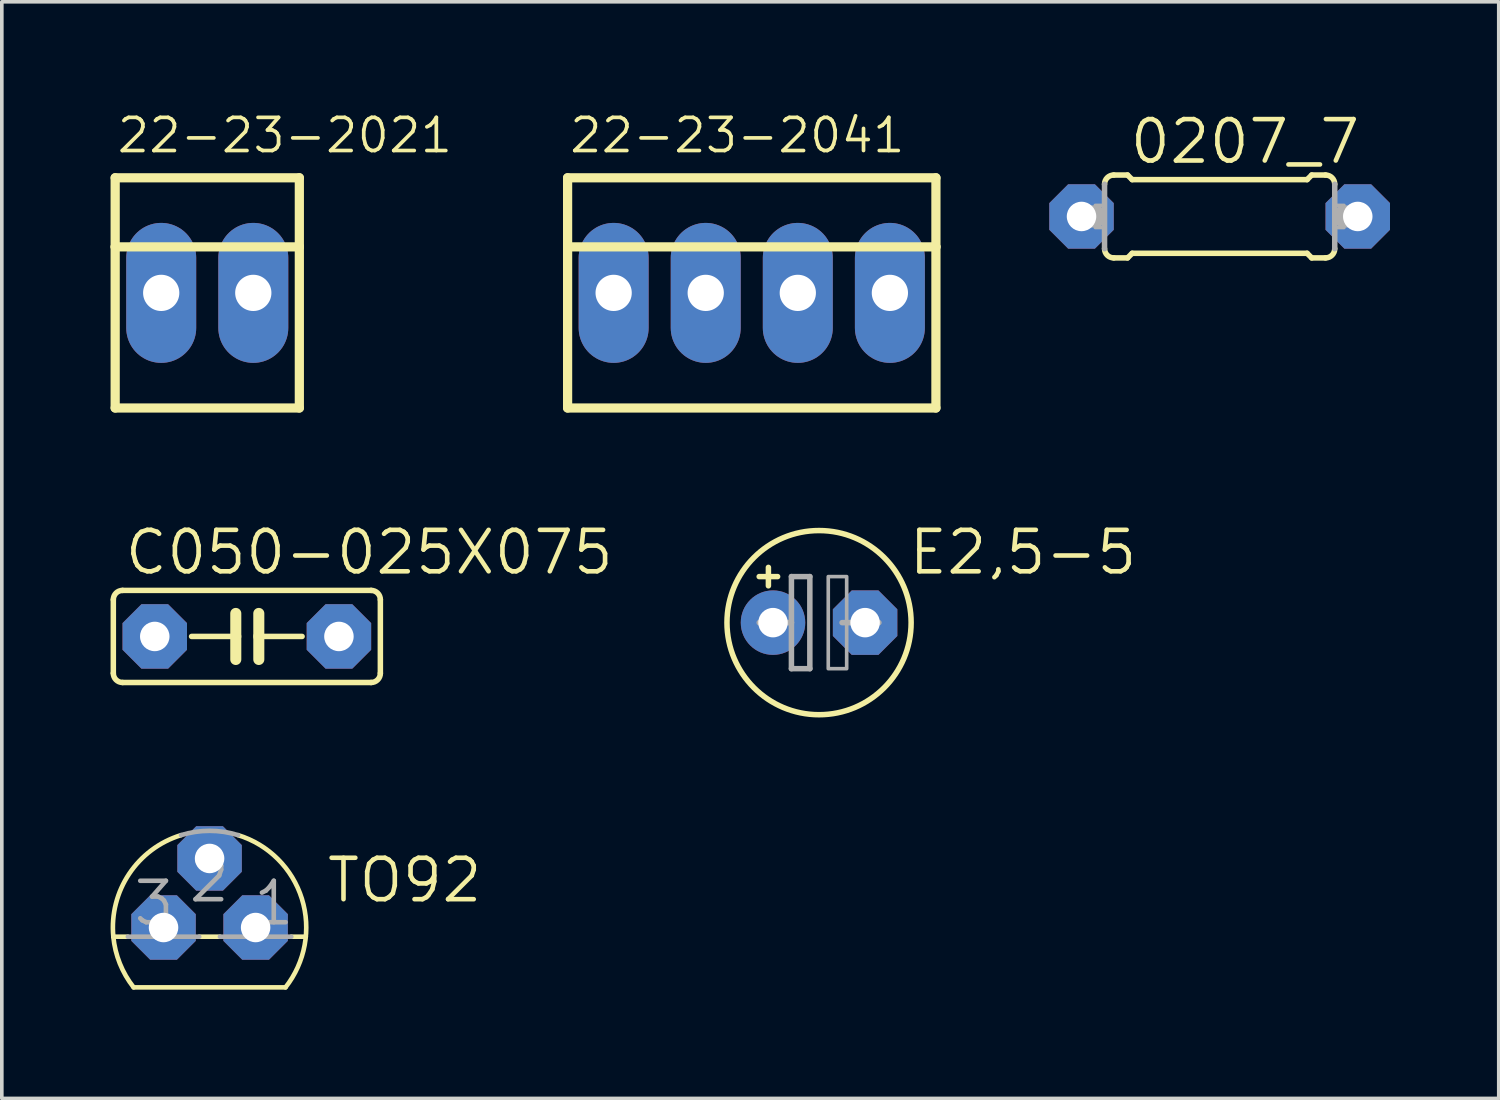
<source format=kicad_pcb>
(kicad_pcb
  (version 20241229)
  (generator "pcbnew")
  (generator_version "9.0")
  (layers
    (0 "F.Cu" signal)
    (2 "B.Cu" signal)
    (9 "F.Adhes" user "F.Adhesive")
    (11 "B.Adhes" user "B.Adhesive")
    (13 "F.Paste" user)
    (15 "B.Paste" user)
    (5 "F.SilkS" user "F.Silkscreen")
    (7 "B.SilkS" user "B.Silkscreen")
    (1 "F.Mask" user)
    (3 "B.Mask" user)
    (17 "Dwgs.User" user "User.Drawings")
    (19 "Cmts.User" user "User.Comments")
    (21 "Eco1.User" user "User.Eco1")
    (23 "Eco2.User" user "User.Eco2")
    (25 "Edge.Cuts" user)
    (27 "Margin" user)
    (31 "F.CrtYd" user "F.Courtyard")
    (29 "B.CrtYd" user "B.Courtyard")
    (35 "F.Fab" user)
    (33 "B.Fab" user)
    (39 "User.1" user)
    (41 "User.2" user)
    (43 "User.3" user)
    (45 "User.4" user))
  (footprint "22-23-2041"
    (layer "F.Cu")
    (at 17.687 5.029)
    (property "Reference" "22-23-2041" (at -5.08 -3.81 0) (layer "F.SilkS") (effects (font (size 0.914 0.914) (thickness 0.102)) (justify left bottom)))
    (fp_line (start -5.08 -3.175) (end 5.08 -3.175) (stroke (width 0.254) (type solid)) (layer "F.SilkS"))
    (fp_line (start -5.08 -1.27) (end -5.08 -3.175) (stroke (width 0.254) (type solid)) (layer "F.SilkS"))
    (fp_line (start -5.08 -1.27) (end 5.08 -1.27) (stroke (width 0.254) (type solid)) (layer "F.SilkS"))
    (fp_line (start -5.08 3.175) (end -5.08 -1.27) (stroke (width 0.254) (type solid)) (layer "F.SilkS"))
    (fp_line (start 5.08 -3.175) (end 5.08 -1.27) (stroke (width 0.254) (type solid)) (layer "F.SilkS"))
    (fp_line (start 5.08 -1.27) (end 5.08 3.175) (stroke (width 0.254) (type solid)) (layer "F.SilkS"))
    (fp_line (start 5.08 3.175) (end -5.08 3.175) (stroke (width 0.254) (type solid)) (layer "F.SilkS"))
    (pad "1" thru_hole oval (at -3.81 0 90) (size 3.861 1.93) (drill 1) (layers "*.Cu" "*.Mask"))
    (pad "2" thru_hole oval (at -1.27 0 90) (size 3.861 1.93) (drill 1) (layers "*.Cu" "*.Mask"))
    (pad "3" thru_hole oval (at 1.27 0 90) (size 3.861 1.93) (drill 1) (layers "*.Cu" "*.Mask"))
    (pad "4" thru_hole oval (at 3.81 0 90) (size 3.861 1.93) (drill 1) (layers "*.Cu" "*.Mask")))
  (footprint "0207_7"
    (layer "F.Cu")
    (at 30.593 2.921)
    (property "Reference" "0207_7" (at -2.54 -1.397 0) (layer "F.SilkS") (effects (font (size 1.143 1.143) (thickness 0.127)) (justify left bottom)))
    (fp_line (start -2.921 -1.143) (end -2.54 -1.143) (stroke (width 0.152) (type solid)) (layer "F.SilkS"))
    (fp_line (start -2.921 1.143) (end -2.54 1.143) (stroke (width 0.152) (type solid)) (layer "F.SilkS"))
    (fp_line (start -2.413 -1.016) (end -2.54 -1.143) (stroke (width 0.152) (type solid)) (layer "F.SilkS"))
    (fp_line (start -2.413 1.016) (end -2.54 1.143) (stroke (width 0.152) (type solid)) (layer "F.SilkS"))
    (fp_line (start 2.413 -1.016) (end -2.413 -1.016) (stroke (width 0.152) (type solid)) (layer "F.SilkS"))
    (fp_line (start 2.413 -1.016) (end 2.54 -1.143) (stroke (width 0.152) (type solid)) (layer "F.SilkS"))
    (fp_line (start 2.413 1.016) (end -2.413 1.016) (stroke (width 0.152) (type solid)) (layer "F.SilkS"))
    (fp_line (start 2.413 1.016) (end 2.54 1.143) (stroke (width 0.152) (type solid)) (layer "F.SilkS"))
    (fp_line (start 2.921 -1.143) (end 2.54 -1.143) (stroke (width 0.152) (type solid)) (layer "F.SilkS"))
    (fp_line (start 2.921 1.143) (end 2.54 1.143) (stroke (width 0.152) (type solid)) (layer "F.SilkS"))
    (fp_arc (start -3.175 -0.889) (mid -3.100605 -1.068605) (end -2.921 -1.143) (stroke (width 0.1524) (type solid)) (layer "F.SilkS"))
    (fp_arc (start -2.921 1.143) (mid -3.100605 1.068605) (end -3.175 0.889) (stroke (width 0.1524) (type solid)) (layer "F.SilkS"))
    (fp_arc (start 2.921 -1.143) (mid 3.100605 -1.068605) (end 3.175 -0.889) (stroke (width 0.1524) (type solid)) (layer "F.SilkS"))
    (fp_arc (start 3.175 0.889) (mid 3.100605 1.068605) (end 2.921 1.143) (stroke (width 0.1524) (type solid)) (layer "F.SilkS"))
    (fp_line (start -3.81 0) (end -3.429 0) (stroke (width 0.61) (type solid)) (layer "F.Fab"))
    (fp_line (start -3.175 0.889) (end -3.175 -0.889) (stroke (width 0.152) (type solid)) (layer "F.Fab"))
    (fp_line (start 3.175 0.889) (end 3.175 -0.889) (stroke (width 0.152) (type solid)) (layer "F.Fab"))
    (fp_line (start 3.429 0) (end 3.81 0) (stroke (width 0.61) (type solid)) (layer "F.Fab"))
    (fp_poly (pts (xy -3.429 0.305) (xy -3.175 0.305) (xy -3.175 -0.305) (xy -3.429 -0.305)) (stroke (width 0.1) (type solid)) (fill no) (layer "F.Fab"))
    (fp_poly (pts (xy 3.175 0.305) (xy 3.429 0.305) (xy 3.429 -0.305) (xy 3.175 -0.305)) (stroke (width 0.1) (type solid)) (fill no) (layer "F.Fab"))
    (pad "1" thru_hole roundrect (at -3.81 0) (size 1.778 1.778) (drill 0.813) (layers "*.Cu" "*.Mask") (roundrect_rratio 0.25) (chamfer_ratio 0.293) (chamfer top_left top_right bottom_left bottom_right))
    (pad "2" thru_hole roundrect (at 3.81 0) (size 1.778 1.778) (drill 0.813) (layers "*.Cu" "*.Mask") (roundrect_rratio 0.25) (chamfer_ratio 0.293) (chamfer top_left top_right bottom_left bottom_right)))
  (footprint "22-23-2021"
    (layer "F.Cu")
    (at 2.667 5.029)
    (property "Reference" "22-23-2021" (at -2.54 -3.81 0) (layer "F.SilkS") (effects (font (size 0.914 0.914) (thickness 0.102)) (justify left bottom)))
    (fp_line (start -2.54 -3.175) (end 2.54 -3.175) (stroke (width 0.254) (type solid)) (layer "F.SilkS"))
    (fp_line (start -2.54 -1.27) (end -2.54 -3.175) (stroke (width 0.254) (type solid)) (layer "F.SilkS"))
    (fp_line (start -2.54 -1.27) (end 2.54 -1.27) (stroke (width 0.254) (type solid)) (layer "F.SilkS"))
    (fp_line (start -2.54 3.175) (end -2.54 -1.27) (stroke (width 0.254) (type solid)) (layer "F.SilkS"))
    (fp_line (start 2.54 -3.175) (end 2.54 -1.27) (stroke (width 0.254) (type solid)) (layer "F.SilkS"))
    (fp_line (start 2.54 -1.27) (end 2.54 3.175) (stroke (width 0.254) (type solid)) (layer "F.SilkS"))
    (fp_line (start 2.54 3.175) (end -2.54 3.175) (stroke (width 0.254) (type solid)) (layer "F.SilkS"))
    (pad "1" thru_hole oval (at -1.27 0 90) (size 3.861 1.93) (drill 1) (layers "*.Cu" "*.Mask"))
    (pad "2" thru_hole oval (at 1.27 0 90) (size 3.861 1.93) (drill 1) (layers "*.Cu" "*.Mask")))
  (footprint "TO92"
    (layer "F.Cu")
    (at 2.731 22.535)
    (property "Reference" "TO92" (at 3.175 -0.635 0) (layer "F.SilkS") (effects (font (size 1.143 1.143) (thickness 0.127)) (justify left bottom)))
    (fp_line (start -2.655 0.254) (end -2.254 0.254) (stroke (width 0.127) (type solid)) (layer "F.SilkS"))
    (fp_line (start -2.095 1.651) (end 2.095 1.651) (stroke (width 0.127) (type solid)) (layer "F.SilkS"))
    (fp_line (start -0.286 0.254) (end 0.286 0.254) (stroke (width 0.127) (type solid)) (layer "F.SilkS"))
    (fp_line (start 2.254 0.254) (end 2.655 0.254) (stroke (width 0.127) (type solid)) (layer "F.SilkS"))
    (fp_arc (start -2.6549 0.254) (mid -2.219001 -1.479566) (end -0.786299 -2.548501) (stroke (width 0.127) (type solid)) (layer "F.SilkS"))
    (fp_arc (start -2.0946 1.651) (mid -2.475347 0.992847) (end -2.654901 0.254) (stroke (width 0.127) (type solid)) (layer "F.SilkS"))
    (fp_arc (start 0.7863 -2.5484) (mid 2.546275 -0.793203) (end 2.094499 1.651) (stroke (width 0.127) (type solid)) (layer "F.SilkS"))
    (fp_line (start -2.254 0.254) (end -0.286 0.254) (stroke (width 0.127) (type solid)) (layer "F.Fab"))
    (fp_line (start 0.286 0.254) (end 2.254 0.254) (stroke (width 0.127) (type solid)) (layer "F.Fab"))
    (fp_arc (start -0.7863 -2.5485) (mid 0 -2.667043) (end 0.7863 -2.5485) (stroke (width 0.127) (type solid)) (layer "F.Fab"))
    (fp_text user "3" (at -2.159 0 0) (layer "F.Fab") (effects (font (size 1.143 1.143) (thickness 0.127)) (justify left bottom)))
    (fp_text user "2" (at -0.635 -0.635 0) (layer "F.Fab") (effects (font (size 1.143 1.143) (thickness 0.127)) (justify left bottom)))
    (fp_text user "1" (at 1.143 0 0) (layer "F.Fab") (effects (font (size 1.143 1.143) (thickness 0.127)) (justify left bottom)))
    (pad "1" thru_hole roundrect (at 1.27 0) (size 1.778 1.778) (drill 0.813) (layers "*.Cu" "*.Mask") (roundrect_rratio 0.25) (chamfer_ratio 0.293) (chamfer top_left top_right bottom_left bottom_right))
    (pad "2" thru_hole roundrect (at 0 -1.905) (size 1.778 1.778) (drill 0.813) (layers "*.Cu" "*.Mask") (roundrect_rratio 0.25) (chamfer_ratio 0.293) (chamfer top_left top_right bottom_left bottom_right))
    (pad "3" thru_hole roundrect (at -1.27 0) (size 1.778 1.778) (drill 0.813) (layers "*.Cu" "*.Mask") (roundrect_rratio 0.25) (chamfer_ratio 0.293) (chamfer top_left top_right bottom_left bottom_right)))
  (footprint "C050-025X075"
    (layer "F.Cu")
    (at 3.759 14.506)
    (property "Reference" "C050-025X075" (at -3.429 -1.651 0) (layer "F.SilkS") (effects (font (size 1.143 1.143) (thickness 0.127)) (justify left bottom)))
    (fp_line (start -3.683 -1.016) (end -3.683 1.016) (stroke (width 0.152) (type solid)) (layer "F.SilkS"))
    (fp_line (start -3.429 1.27) (end 3.429 1.27) (stroke (width 0.152) (type solid)) (layer "F.SilkS"))
    (fp_line (start -0.305 -0.635) (end -0.305 0) (stroke (width 0.305) (type solid)) (layer "F.SilkS"))
    (fp_line (start -0.305 0) (end -1.524 0) (stroke (width 0.152) (type solid)) (layer "F.SilkS"))
    (fp_line (start -0.305 0) (end -0.305 0.635) (stroke (width 0.305) (type solid)) (layer "F.SilkS"))
    (fp_line (start 0.33 -0.635) (end 0.33 0) (stroke (width 0.305) (type solid)) (layer "F.SilkS"))
    (fp_line (start 0.33 0) (end 0.33 0.635) (stroke (width 0.305) (type solid)) (layer "F.SilkS"))
    (fp_line (start 0.33 0) (end 1.524 0) (stroke (width 0.152) (type solid)) (layer "F.SilkS"))
    (fp_line (start 3.429 -1.27) (end -3.429 -1.27) (stroke (width 0.152) (type solid)) (layer "F.SilkS"))
    (fp_line (start 3.683 1.016) (end 3.683 -1.016) (stroke (width 0.152) (type solid)) (layer "F.SilkS"))
    (fp_arc (start -3.683 -1.016) (mid -3.608605 -1.195605) (end -3.429 -1.27) (stroke (width 0.1524) (type solid)) (layer "F.SilkS"))
    (fp_arc (start -3.429 1.27) (mid -3.608605 1.195605) (end -3.683 1.016) (stroke (width 0.1524) (type solid)) (layer "F.SilkS"))
    (fp_arc (start 3.429 -1.27) (mid 3.608605 -1.195605) (end 3.683 -1.016) (stroke (width 0.1524) (type solid)) (layer "F.SilkS"))
    (fp_arc (start 3.683 1.016) (mid 3.608605 1.195605) (end 3.429 1.27) (stroke (width 0.1524) (type solid)) (layer "F.SilkS"))
    (pad "1" thru_hole roundrect (at -2.54 0) (size 1.778 1.778) (drill 0.813) (layers "*.Cu" "*.Mask") (roundrect_rratio 0.25) (chamfer_ratio 0.293) (chamfer top_left top_right bottom_left bottom_right))
    (pad "2" thru_hole roundrect (at 2.54 0) (size 1.778 1.778) (drill 0.813) (layers "*.Cu" "*.Mask") (roundrect_rratio 0.25) (chamfer_ratio 0.293) (chamfer top_left top_right bottom_left bottom_right)))
  (footprint "E2,5-5"
    (layer "F.Cu")
    (at 19.543 14.125)
    (property "Reference" "E2,5-5" (at 2.413 -1.27 0) (layer "F.SilkS") (effects (font (size 1.143 1.143) (thickness 0.127)) (justify left bottom)))
    (fp_line (start -1.651 -1.27) (end -1.397 -1.27) (stroke (width 0.152) (type solid)) (layer "F.SilkS"))
    (fp_line (start -1.397 -1.27) (end -1.397 -1.524) (stroke (width 0.152) (type solid)) (layer "F.SilkS"))
    (fp_line (start -1.397 -1.27) (end -1.143 -1.27) (stroke (width 0.152) (type solid)) (layer "F.SilkS"))
    (fp_line (start -1.397 -1.016) (end -1.397 -1.27) (stroke (width 0.152) (type solid)) (layer "F.SilkS"))
    (fp_circle (center 0 0) (end 2.54 0) (stroke (width 0.152) (type solid)) (fill no) (layer "F.SilkS"))
    (fp_line (start -1.651 0) (end -0.762 0) (stroke (width 0.152) (type solid)) (layer "F.Fab"))
    (fp_line (start -0.762 -1.27) (end -0.762 0) (stroke (width 0.152) (type solid)) (layer "F.Fab"))
    (fp_line (start -0.762 0) (end -0.762 1.27) (stroke (width 0.152) (type solid)) (layer "F.Fab"))
    (fp_line (start -0.762 1.27) (end -0.254 1.27) (stroke (width 0.152) (type solid)) (layer "F.Fab"))
    (fp_line (start -0.254 -1.27) (end -0.762 -1.27) (stroke (width 0.152) (type solid)) (layer "F.Fab"))
    (fp_line (start -0.254 1.27) (end -0.254 -1.27) (stroke (width 0.152) (type solid)) (layer "F.Fab"))
    (fp_line (start 0.635 0) (end 1.651 0) (stroke (width 0.152) (type solid)) (layer "F.Fab"))
    (fp_poly (pts (xy 0.254 1.27) (xy 0.762 1.27) (xy 0.762 -1.27) (xy 0.254 -1.27)) (stroke (width 0.1) (type solid)) (fill no) (layer "F.Fab"))
    (pad "+" thru_hole circle (at -1.27 0) (size 1.778 1.778) (drill 0.813) (layers "*.Cu" "*.Mask"))
    (pad "-" thru_hole roundrect (at 1.27 0) (size 1.778 1.778) (drill 0.813) (layers "*.Cu" "*.Mask") (roundrect_rratio 0.25) (chamfer_ratio 0.293) (chamfer top_left top_right bottom_left bottom_right)))
  (gr_rect
    (start -3 -3)
    (end 38.292 27.25)
    (stroke (width 0.1) (type default))
    (fill no)
    (layer "Edge.Cuts")))
</source>
